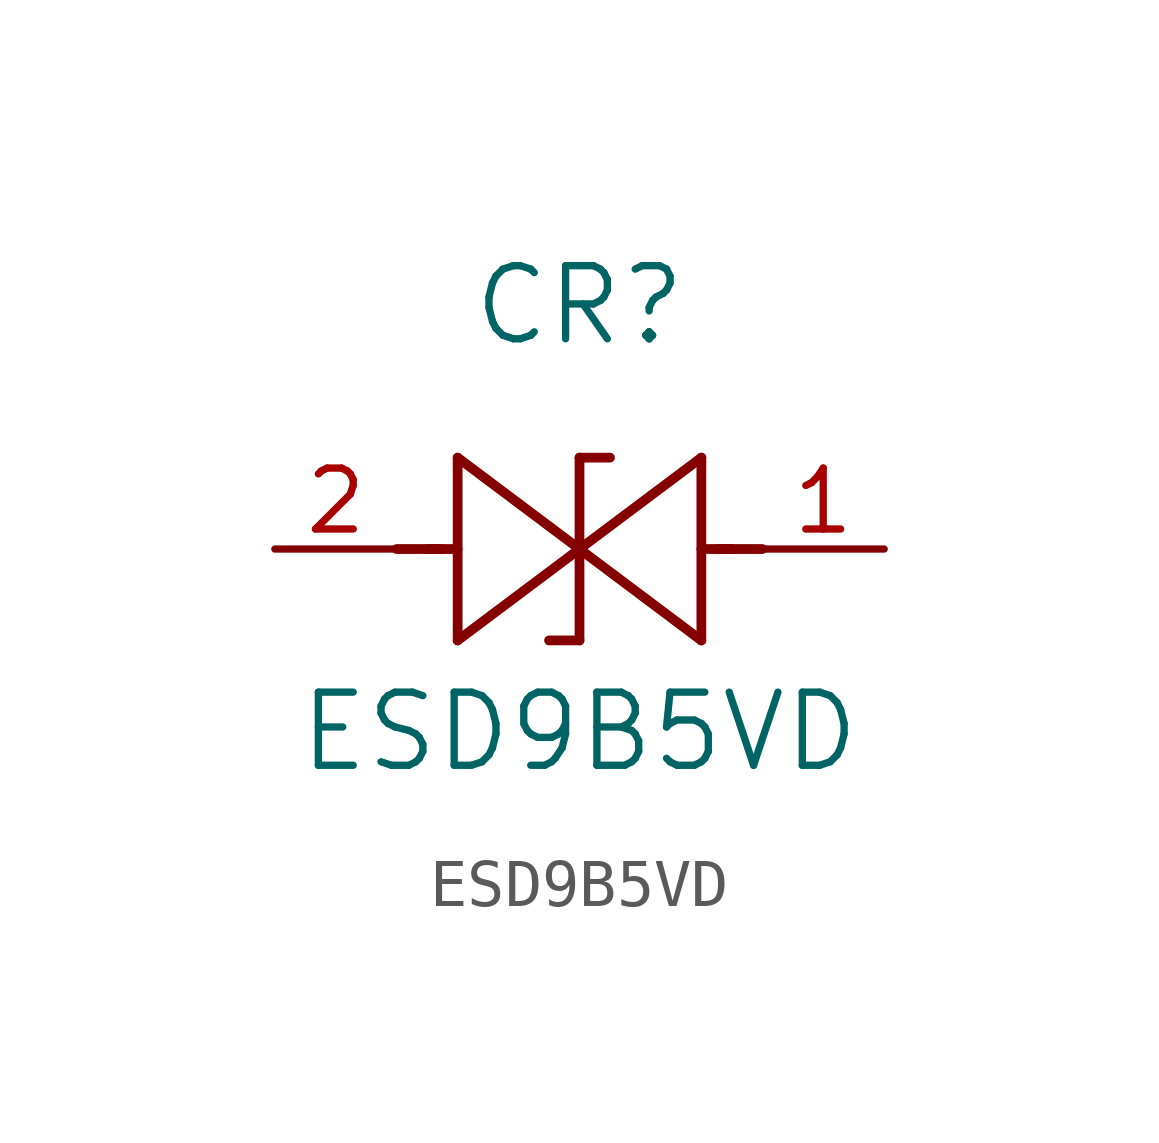
<source format=kicad_sym>
(kicad_symbol_lib
  (version 20211014)
  (generator kicad_symbol_editor)
  (symbol "ESD9B5VD"
    (pin_names
      (offset 0.254))
    (property "Reference" "CR"
      (at 6.35 5.08 0)
      (effects (font (size 1.524 1.524))))
    (property "Value" "ESD9B5VD"
      (at 6.35 -3.81 0)
      (effects (font (size 1.524 1.524))))
    (symbol "ESD9B5VD_0_1"
      (polyline (pts (xy 2.54 0) (xy 3.48 0)) (stroke (width 0.203) (type default) (color 0 0 0 0)) (fill (type none)))
      (polyline (pts (xy 3.81 1.905) (xy 3.81 -1.905)) (stroke (width 0.203) (type default) (color 0 0 0 0)) (fill (type none)))
      (polyline (pts (xy 3.175 0) (xy 3.81 0)) (stroke (width 0.203) (type default) (color 0 0 0 0)) (fill (type none)))
      (polyline (pts (xy 6.35 0) (xy 3.81 1.905)) (stroke (width 0.203) (type default) (color 0 0 0 0)) (fill (type none)))
      (polyline (pts (xy 3.81 -1.905) (xy 6.35 0)) (stroke (width 0.203) (type default) (color 0 0 0 0)) (fill (type none)))
      (polyline (pts (xy 6.35 1.905) (xy 6.985 1.905)) (stroke (width 0.203) (type default) (color 0 0 0 0)) (fill (type none)))
      (polyline (pts (xy 6.35 -1.905) (xy 5.715 -1.905)) (stroke (width 0.203) (type default) (color 0 0 0 0)) (fill (type none)))
      (polyline (pts (xy 10.16 0) (xy 9.22 0)) (stroke (width 0.203) (type default) (color 0 0 0 0)) (fill (type none)))
      (polyline (pts (xy 8.89 -1.905) (xy 8.89 1.905)) (stroke (width 0.203) (type default) (color 0 0 0 0)) (fill (type none)))
      (polyline (pts (xy 9.525 0) (xy 8.89 0)) (stroke (width 0.203) (type default) (color 0 0 0 0)) (fill (type none)))
      (polyline (pts (xy 6.35 1.905) (xy 6.35 -1.905)) (stroke (width 0.203) (type default) (color 0 0 0 0)) (fill (type none)))
      (polyline (pts (xy 6.35 0) (xy 8.89 -1.905)) (stroke (width 0.203) (type default) (color 0 0 0 0)) (fill (type none)))
      (polyline (pts (xy 8.89 1.905) (xy 6.35 0)) (stroke (width 0.203) (type default) (color 0 0 0 0)) (fill (type none)))
      (pin unspecified line (at 12.7 0 180) (length 2.54) (name "" (effects (font (size 1.27 1.27)))) (number "1" (effects (font (size 1.27 1.27)))))
      (pin unspecified line (at 0 0 0) (length 2.54) (name "" (effects (font (size 1.27 1.27)))) (number "2" (effects (font (size 1.27 1.27))))))))
</source>
